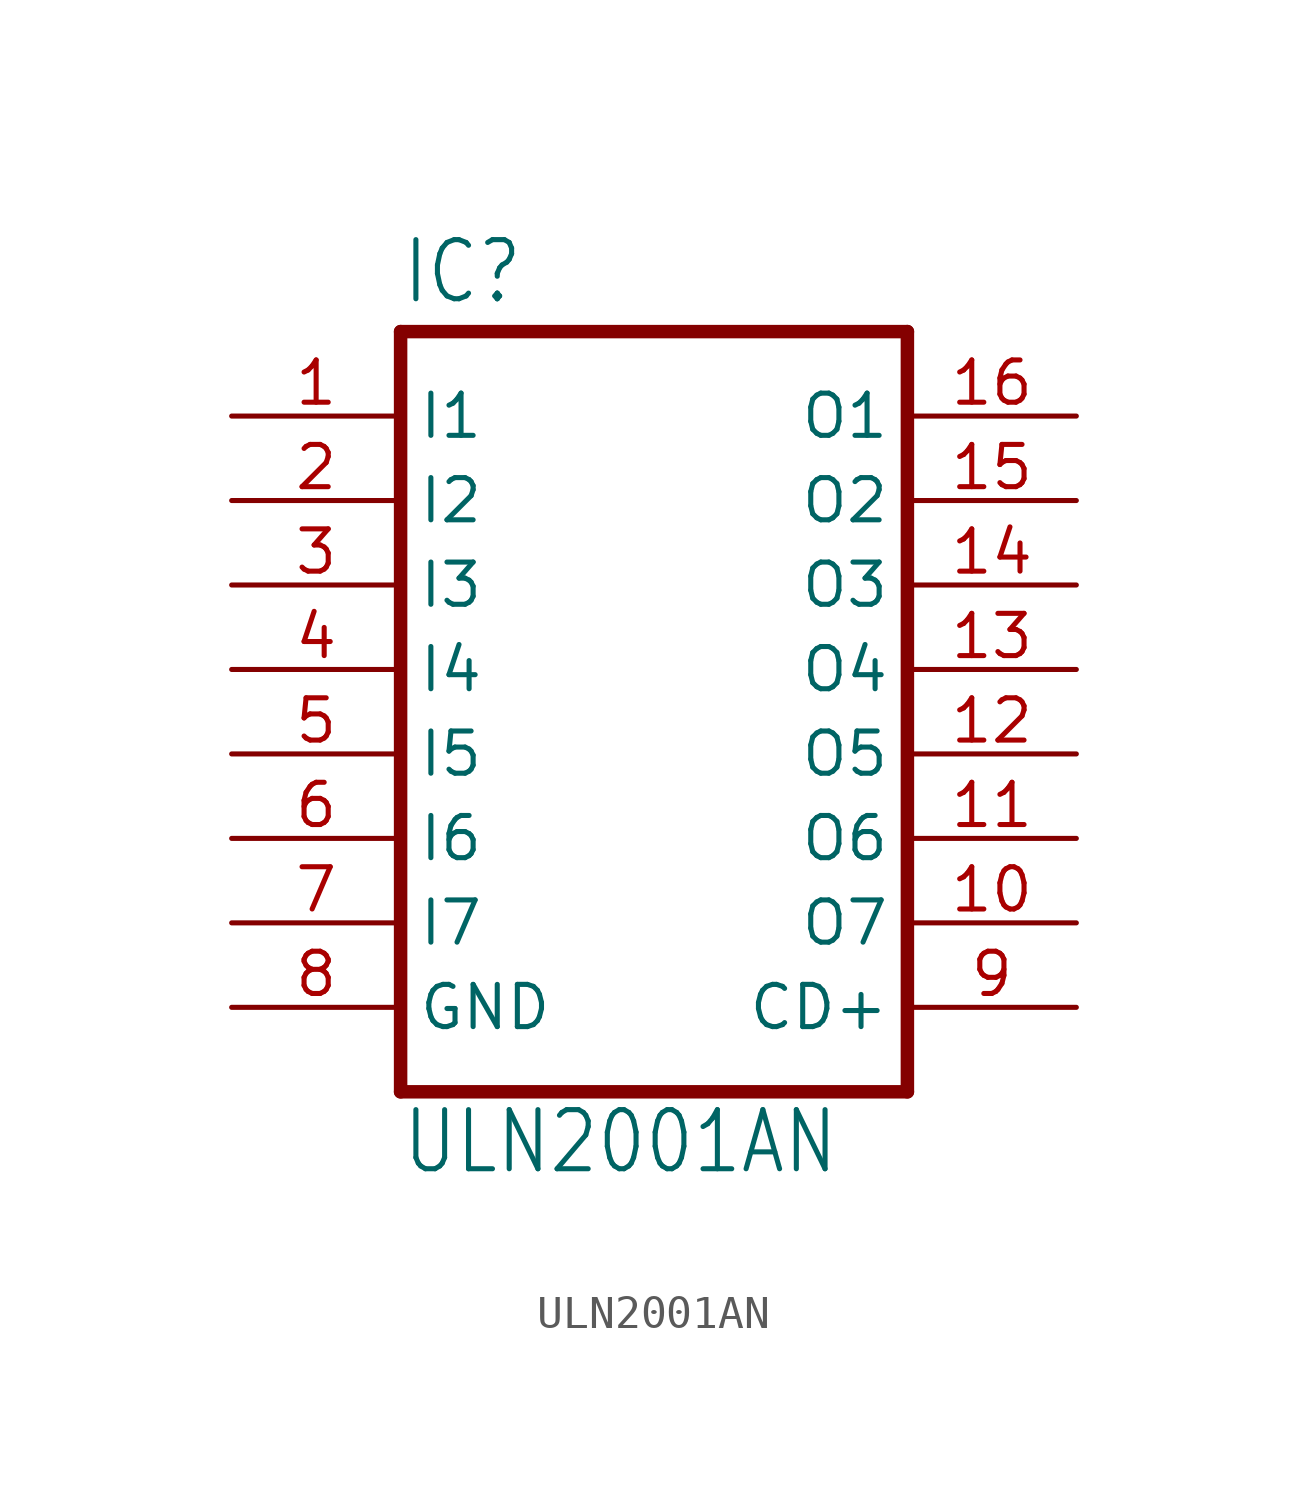
<source format=kicad_sym>
(kicad_symbol_lib
  (version 20220331)
  (generator kicad_symbol_editor)
  (symbol "ULN2001AN"
    (property "Reference" "IC"
      (at -7.62 10.922 0)
      (effects (font (size 1.778 1.511)) (justify left bottom)))
    (property "Value" "ULN2001AN"
      (at -7.62 -15.24 0)
      (effects (font (size 1.778 1.511)) (justify left bottom)))
    (property "ki_locked" ""
      (at 0 0 0)
      (effects (font (size 1.27 1.27))))
    (symbol "ULN2001AN_1_0"
      (polyline (pts (xy -7.62 10.16) (xy -7.62 -12.7)) (stroke (width 0.406) (type solid)) (fill (type none)))
      (polyline (pts (xy -7.62 10.16) (xy 7.62 10.16)) (stroke (width 0.406) (type solid)) (fill (type none)))
      (polyline (pts (xy 7.62 -12.7) (xy -7.62 -12.7)) (stroke (width 0.406) (type solid)) (fill (type none)))
      (polyline (pts (xy 7.62 -12.7) (xy 7.62 10.16)) (stroke (width 0.406) (type solid)) (fill (type none)))
      (pin input line (at -12.7 7.62 0) (length 5.08) (name "I1" (effects (font (size 1.27 1.27)))) (number "1" (effects (font (size 1.27 1.27)))))
      (pin open_collector line (at 12.7 -7.62 180) (length 5.08) (name "O7" (effects (font (size 1.27 1.27)))) (number "10" (effects (font (size 1.27 1.27)))))
      (pin open_collector line (at 12.7 -5.08 180) (length 5.08) (name "O6" (effects (font (size 1.27 1.27)))) (number "11" (effects (font (size 1.27 1.27)))))
      (pin open_collector line (at 12.7 -2.54 180) (length 5.08) (name "O5" (effects (font (size 1.27 1.27)))) (number "12" (effects (font (size 1.27 1.27)))))
      (pin open_collector line (at 12.7 0 180) (length 5.08) (name "O4" (effects (font (size 1.27 1.27)))) (number "13" (effects (font (size 1.27 1.27)))))
      (pin open_collector line (at 12.7 2.54 180) (length 5.08) (name "O3" (effects (font (size 1.27 1.27)))) (number "14" (effects (font (size 1.27 1.27)))))
      (pin open_collector line (at 12.7 5.08 180) (length 5.08) (name "O2" (effects (font (size 1.27 1.27)))) (number "15" (effects (font (size 1.27 1.27)))))
      (pin open_collector line (at 12.7 7.62 180) (length 5.08) (name "O1" (effects (font (size 1.27 1.27)))) (number "16" (effects (font (size 1.27 1.27)))))
      (pin input line (at -12.7 5.08 0) (length 5.08) (name "I2" (effects (font (size 1.27 1.27)))) (number "2" (effects (font (size 1.27 1.27)))))
      (pin input line (at -12.7 2.54 0) (length 5.08) (name "I3" (effects (font (size 1.27 1.27)))) (number "3" (effects (font (size 1.27 1.27)))))
      (pin input line (at -12.7 0 0) (length 5.08) (name "I4" (effects (font (size 1.27 1.27)))) (number "4" (effects (font (size 1.27 1.27)))))
      (pin input line (at -12.7 -2.54 0) (length 5.08) (name "I5" (effects (font (size 1.27 1.27)))) (number "5" (effects (font (size 1.27 1.27)))))
      (pin input line (at -12.7 -5.08 0) (length 5.08) (name "I6" (effects (font (size 1.27 1.27)))) (number "6" (effects (font (size 1.27 1.27)))))
      (pin input line (at -12.7 -7.62 0) (length 5.08) (name "I7" (effects (font (size 1.27 1.27)))) (number "7" (effects (font (size 1.27 1.27)))))
      (pin power_in line (at -12.7 -10.16 0) (length 5.08) (name "GND" (effects (font (size 1.27 1.27)))) (number "8" (effects (font (size 1.27 1.27)))))
      (pin passive line (at 12.7 -10.16 180) (length 5.08) (name "CD+" (effects (font (size 1.27 1.27)))) (number "9" (effects (font (size 1.27 1.27))))))))
</source>
